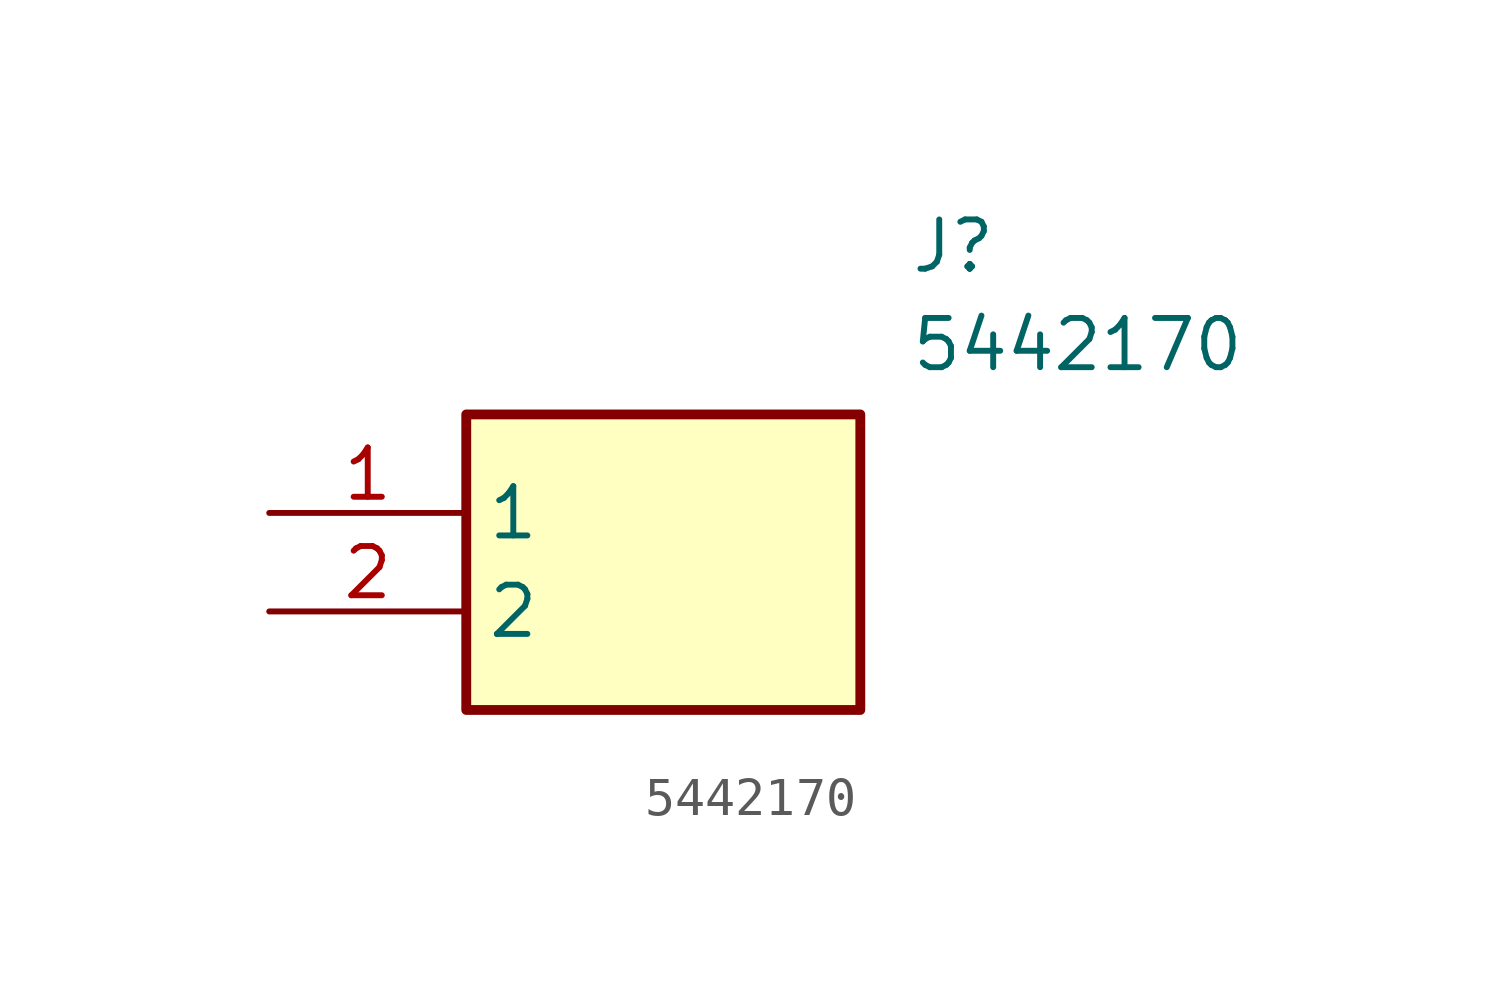
<source format=kicad_sym>
(kicad_symbol_lib
  (version 20211014)
  (generator SamacSys_ECAD_Model)
  (symbol "5442170"
    (property "Reference" "J"
      (at 16.51 7.62 0)
      (effects (font (size 1.27 1.27)) (justify left top)))
    (property "Value" "5442170"
      (at 16.51 5.08 0)
      (effects (font (size 1.27 1.27)) (justify left top)))
    (rectangle
      (start 5.08 2.54)
      (end 15.24 -5.08)
      (stroke (width 0.254) (type default))
      (fill (type background)))
    (pin passive line
      (at 0 0 0)
      (length 5.08)
      (name "1" (effects (font (size 1.27 1.27))))
      (number "1" (effects (font (size 1.27 1.27)))))
    (pin passive line
      (at 0 -2.54 0)
      (length 5.08)
      (name "2" (effects (font (size 1.27 1.27))))
      (number "2" (effects (font (size 1.27 1.27)))))))
</source>
